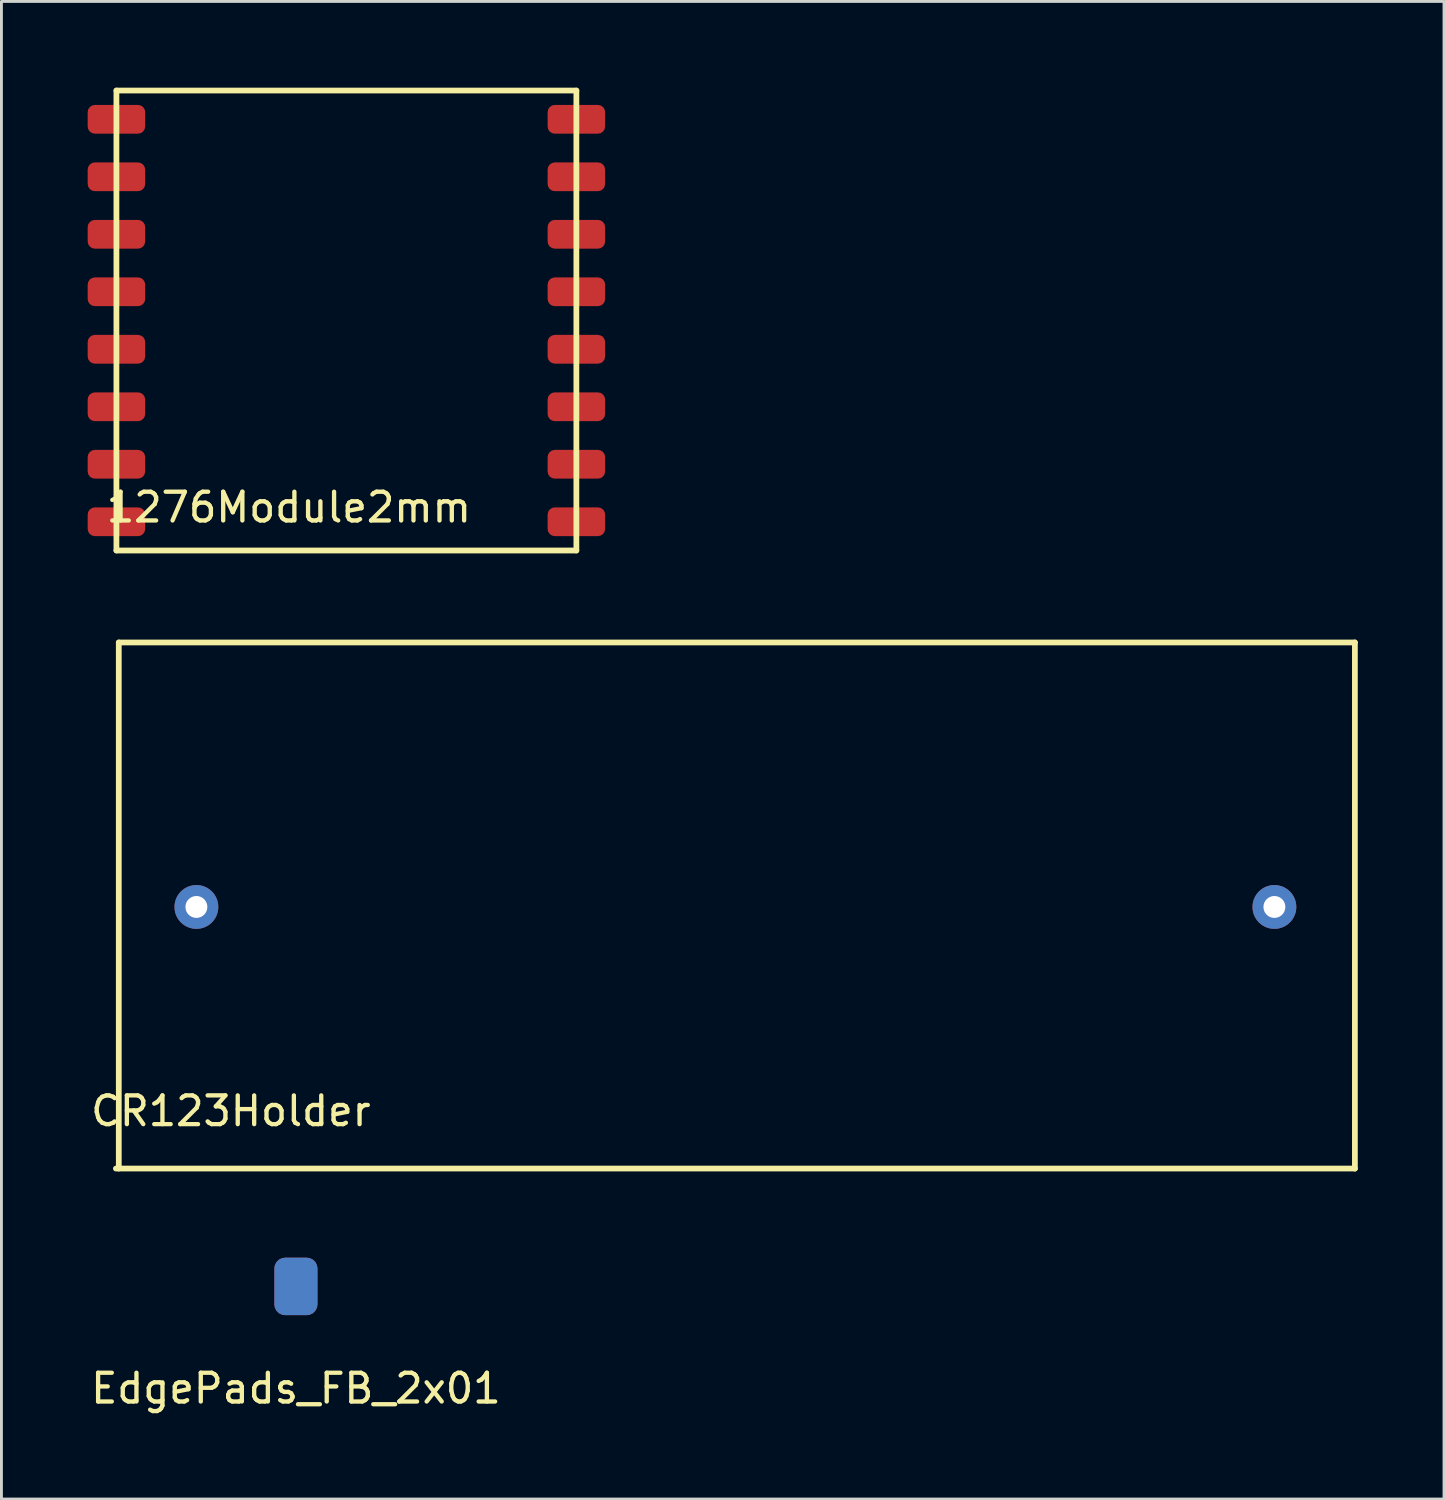
<source format=kicad_pcb>
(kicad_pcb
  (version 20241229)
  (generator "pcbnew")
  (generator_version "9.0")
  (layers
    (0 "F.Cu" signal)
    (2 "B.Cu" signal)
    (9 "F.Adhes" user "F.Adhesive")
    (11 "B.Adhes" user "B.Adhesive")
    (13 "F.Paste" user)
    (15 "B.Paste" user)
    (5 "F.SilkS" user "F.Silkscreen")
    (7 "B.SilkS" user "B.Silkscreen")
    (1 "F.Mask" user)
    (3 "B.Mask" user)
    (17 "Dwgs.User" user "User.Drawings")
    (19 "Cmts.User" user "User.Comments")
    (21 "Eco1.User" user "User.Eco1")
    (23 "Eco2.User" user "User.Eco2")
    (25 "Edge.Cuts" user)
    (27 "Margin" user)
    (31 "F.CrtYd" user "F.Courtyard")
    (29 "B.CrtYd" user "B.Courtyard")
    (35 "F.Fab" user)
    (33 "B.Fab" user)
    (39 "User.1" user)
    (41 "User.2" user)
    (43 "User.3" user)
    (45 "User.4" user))
  (footprint "CR123Holder"
    (layer "F.Cu")
    (at 3.782 28.5)
    (property "Reference" "CR123Holder" (at 1.2 7.1 0) (layer "F.SilkS") (effects (font (size 1 1) (thickness 0.15))))
    (attr through_hole)
    (fp_line (start -2.7 -9.2) (end 40.3 -9.2) (stroke (width 0.2) (type solid)) (layer "F.SilkS"))
    (fp_line (start -2.7 9.1) (end -2.7 -9.2) (stroke (width 0.2) (type solid)) (layer "F.SilkS"))
    (fp_line (start 40.3 -9.2) (end 40.3 9.1) (stroke (width 0.2) (type solid)) (layer "F.SilkS"))
    (fp_line (start 40.3 9.1) (end -2.8 9.1) (stroke (width 0.2) (type solid)) (layer "F.SilkS"))
    (pad "1" thru_hole circle (at 0 0) (size 1.524 1.524) (drill 0.762) (layers "*.Cu" "*.Mask"))
    (pad "2" thru_hole circle (at 37.5 0) (size 1.524 1.524) (drill 0.762) (layers "*.Cu" "*.Mask")))
  (footprint "EdgePads_FB_2x01"
    (layer "F.Cu")
    (at 7.244 44.748)
    (property "Reference" "EdgePads_FB_2x01" (at 0 0.5 0) (layer "F.SilkS") (effects (font (size 1 1) (thickness 0.15))))
    (attr through_hole)
    (pad "1" connect roundrect (at 0 -3.048) (size 1.5 2) (layers "F.Cu" "F.Mask") (roundrect_rratio 0.25))
    (pad "2" connect roundrect (at 0 -3.048) (size 1.5 2) (layers "B.Cu" "B.Mask") (roundrect_rratio 0.25)))
  (footprint "1276Module2mm"
    (layer "F.Cu")
    (at 7 14.1)
    (property "Reference" "1276Module2mm" (at 0 0.5 0) (layer "F.SilkS") (effects (font (size 1 1) (thickness 0.15))))
    (attr through_hole)
    (fp_line (start -6 -14) (end 10 -14) (stroke (width 0.2) (type solid)) (layer "F.SilkS"))
    (fp_line (start -6 2) (end -6 -14) (stroke (width 0.2) (type solid)) (layer "F.SilkS"))
    (fp_line (start 10 -14) (end 10 2) (stroke (width 0.2) (type solid)) (layer "F.SilkS"))
    (fp_line (start 10 2) (end -6 2) (stroke (width 0.2) (type solid)) (layer "F.SilkS"))
    (pad "1" smd roundrect (at -6 -13) (size 2 1) (layers "F.Cu" "F.Mask" "F.Paste") (roundrect_rratio 0.25))
    (pad "1" smd roundrect (at -6 1) (size 2 1) (layers "F.Cu" "F.Mask" "F.Paste") (roundrect_rratio 0.25))
    (pad "1" smd roundrect (at 10 -1) (size 2 1) (layers "F.Cu" "F.Mask" "F.Paste") (roundrect_rratio 0.25))
    (pad "2" smd roundrect (at -6 -11) (size 2 1) (layers "F.Cu" "F.Mask" "F.Paste") (roundrect_rratio 0.25))
    (pad "3" smd roundrect (at -6 -9) (size 2 1) (layers "F.Cu" "F.Mask" "F.Paste") (roundrect_rratio 0.25))
    (pad "4" smd roundrect (at -6 -7) (size 2 1) (layers "F.Cu" "F.Mask" "F.Paste") (roundrect_rratio 0.25))
    (pad "5" smd roundrect (at -6 -5) (size 2 1) (layers "F.Cu" "F.Mask" "F.Paste") (roundrect_rratio 0.25))
    (pad "6" smd roundrect (at -6 -3) (size 2 1) (layers "F.Cu" "F.Mask" "F.Paste") (roundrect_rratio 0.25))
    (pad "7" smd roundrect (at 10 -9) (size 2 1) (layers "F.Cu" "F.Mask" "F.Paste") (roundrect_rratio 0.25))
    (pad "8" smd roundrect (at 10 -11) (size 2 1) (layers "F.Cu" "F.Mask" "F.Paste") (roundrect_rratio 0.25))
    (pad "9" smd roundrect (at 10 -13) (size 2 1) (layers "F.Cu" "F.Mask" "F.Paste") (roundrect_rratio 0.25))
    (pad "10" smd roundrect (at 10 -3) (size 2 1) (layers "F.Cu" "F.Mask" "F.Paste") (roundrect_rratio 0.25))
    (pad "11" smd roundrect (at 10 -5) (size 2 1) (layers "F.Cu" "F.Mask" "F.Paste") (roundrect_rratio 0.25))
    (pad "12" smd roundrect (at -6 -1) (size 2 1) (layers "F.Cu" "F.Mask" "F.Paste") (roundrect_rratio 0.25))
    (pad "13" smd roundrect (at 10 1) (size 2 1) (layers "F.Cu" "F.Mask" "F.Paste") (roundrect_rratio 0.25))
    (pad "14" smd roundrect (at 10 -7) (size 2 1) (layers "F.Cu" "F.Mask" "F.Paste") (roundrect_rratio 0.25)))
  (gr_rect
    (start -3 -3)
    (end 47.182 49.096)
    (stroke (width 0.1) (type default))
    (fill no)
    (layer "Edge.Cuts")))
</source>
